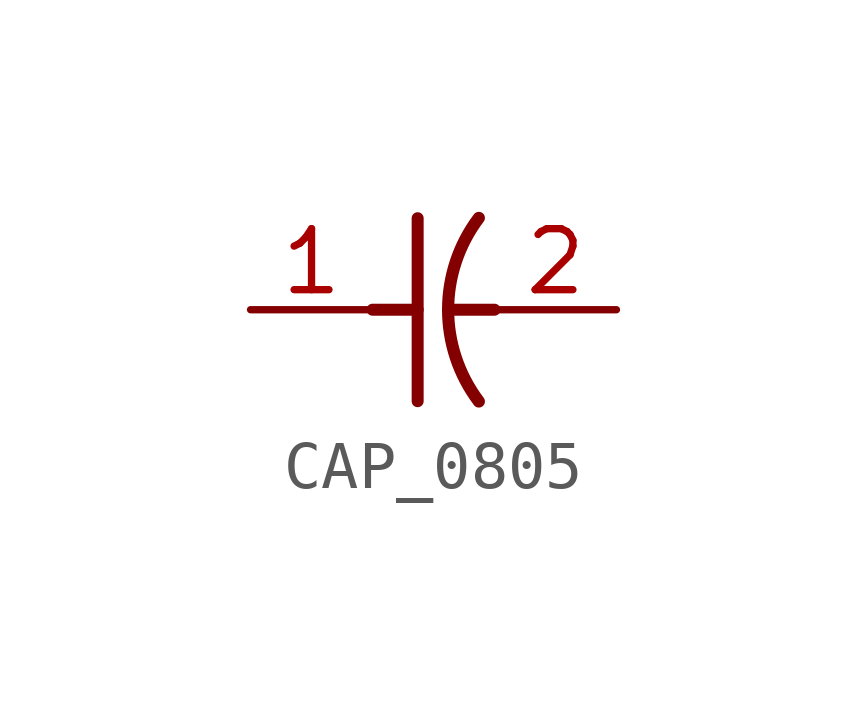
<source format=kicad_sym>
(kicad_symbol_lib
  (version 20231120)
  (generator "kicad_symbol_editor")
  (generator_version "8.0")
  (symbol "CAP_0805"
    (property "Reference" "C"
      (at 0 0 0)
      (effects (font (size 1.27 1.27)) (hide yes)))
    (property "ki_locked" ""
      (at 0 0 0)
      (effects (font (size 1.27 1.27))))
    (symbol "CAP_0805_1_0"
      (polyline (pts (xy -1.27 0) (xy -0.33 0)) (stroke (width 0.25) (type solid)) (fill (type none)))
      (polyline (pts (xy -0.33 -1.905) (xy -0.33 1.905)) (stroke (width 0.25) (type solid)) (fill (type none)))
      (polyline (pts (xy 0.305 0) (xy 1.27 0)) (stroke (width 0.25) (type solid)) (fill (type none)))
      (arc (start 0.944 1.911) (mid 0.3044 0.0001) (end 0.9439 -1.9109) (stroke (width 0.254) (type solid)) (fill (type none)))
      (pin passive line (at -3.81 0 0) (length 2.54) (name "1" (effects (font (size 0 0)))) (number "1" (effects (font (size 1.27 1.27)))))
      (pin passive line (at 3.81 0 180) (length 2.54) (name "2" (effects (font (size 0 0)))) (number "2" (effects (font (size 1.27 1.27))))))))
</source>
